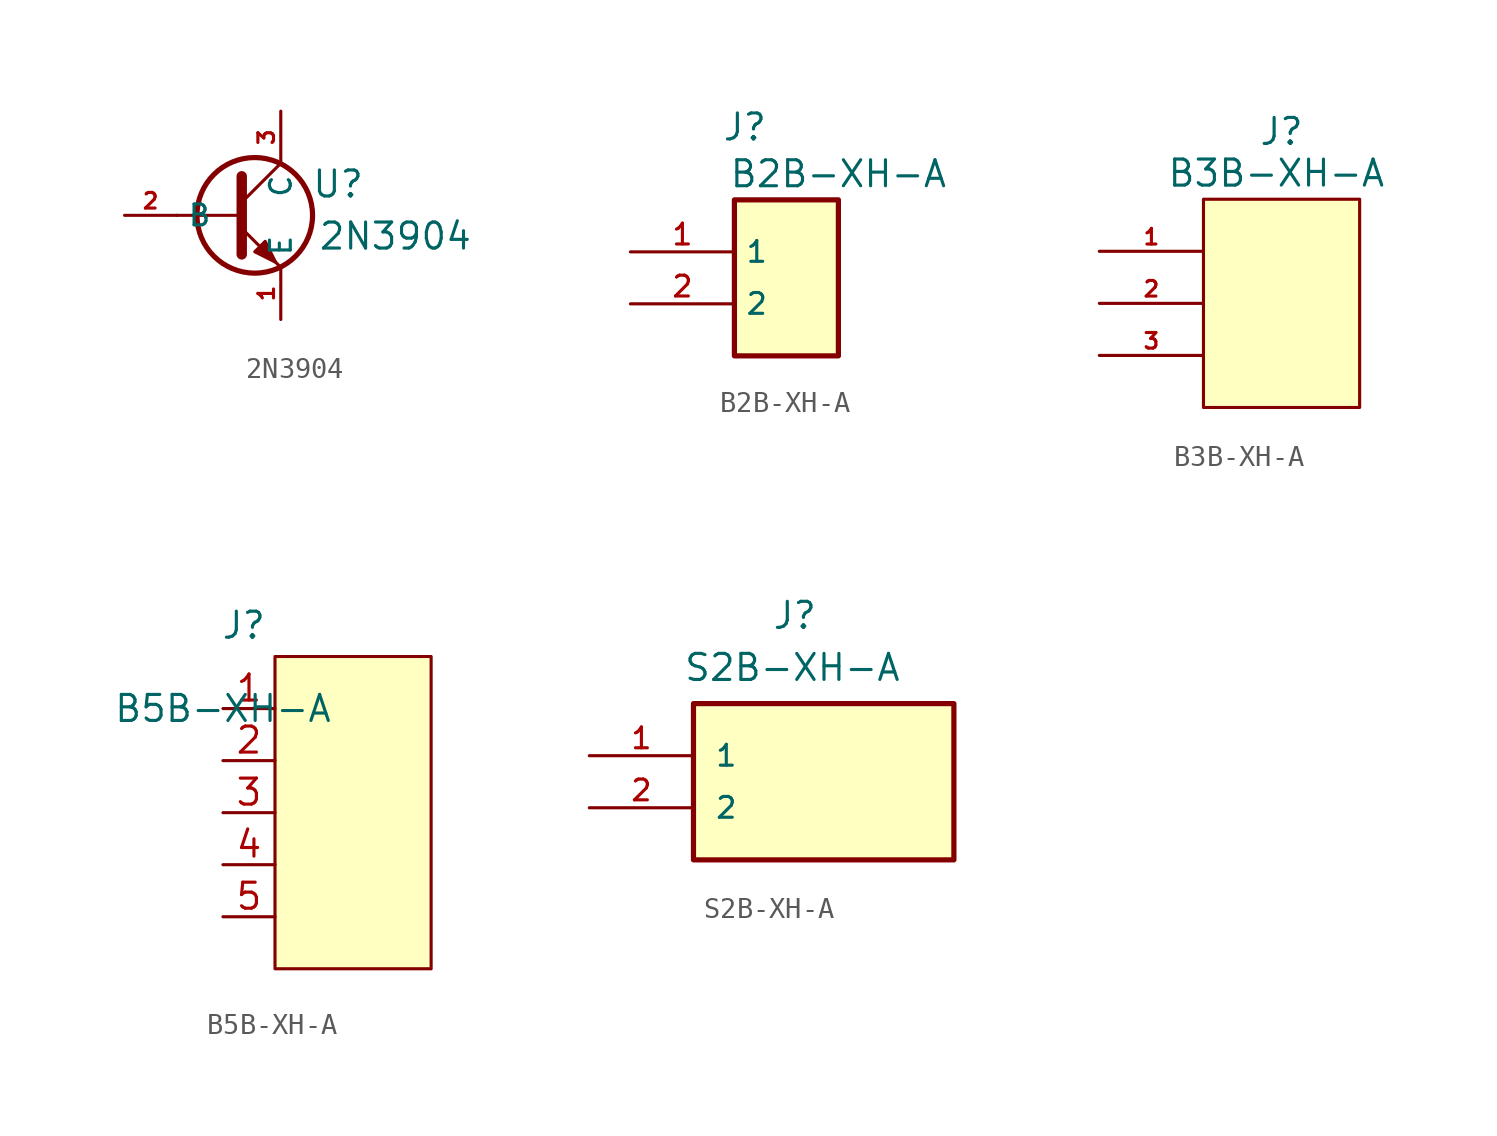
<source format=kicad_sym>
(kicad_symbol_lib
  (version 20241209)
  (generator "kicad_symbol_editor")
  (generator_version "9.0")
  (symbol "2N3904"
    (property "Reference" "U"
      (at 10.414 1.524 0)
      (effects (font (size 1.27 1.27))))
    (property "Value" "2N3904"
      (at 13.208 -1.016 0)
      (effects (font (size 1.27 1.27))))
    (symbol "2N3904_0_1"
      (polyline (pts (xy 5.715 1.905) (xy 5.715 -1.905)) (stroke (width 0.508) (type default)) (fill (type none)))
      (polyline (pts (xy 5.715 0.635) (xy 7.62 2.54)) (stroke (width 0) (type default)) (fill (type none)))
      (polyline (pts (xy 5.715 0) (xy 2.54 0)) (stroke (width 0) (type default)) (fill (type none)))
      (polyline (pts (xy 5.715 -0.635) (xy 7.62 -2.54)) (stroke (width 0) (type default)) (fill (type none)))
      (circle (center 6.35 0) (radius 2.819) (stroke (width 0.254) (type default)) (fill (type none))))
    (symbol "2N3904_1_1"
      (polyline (pts (xy 6.35 -1.778) (xy 6.858 -1.27) (xy 7.366 -2.286) (xy 6.35 -1.778)) (stroke (width 0) (type default)) (fill (type outline)))
      (pin input line (at 0 0 0) (length 2.54) (name "B" (effects (font (size 1.016 1.016)))) (number "2" (effects (font (size 0.762 0.762)))))
      (pin passive line (at 7.62 5.08 270) (length 2.54) (name "C" (effects (font (size 1.016 1.016)))) (number "3" (effects (font (size 0.762 0.762)))))
      (pin passive line (at 7.62 -5.08 90) (length 2.54) (name "E" (effects (font (size 1.016 1.016)))) (number "1" (effects (font (size 0.762 0.762)))))))
  (symbol "B2B-XH-A"
    (property "Reference" "J"
      (at 5.588 6.096 0)
      (effects (font (size 1.27 1.27))))
    (property "Value" "B2B-XH-A"
      (at 10.16 3.81 0)
      (effects (font (size 1.27 1.27))))
    (symbol "B2B-XH-A_0_0"
      (rectangle (start 5.08 2.54) (end 10.16 -5.08) (stroke (width 0.254) (type default)) (fill (type background)))
      (pin passive line (at 0 -2.54 0) (length 5.08) (name "2" (effects (font (size 1.016 1.016)))) (number "2" (effects (font (size 1.016 1.016))))))
    (symbol "B2B-XH-A_1_0"
      (pin passive line (at 0 0 0) (length 5.08) (name "1" (effects (font (size 1.016 1.016)))) (number "1" (effects (font (size 1.016 1.016)))))))
  (symbol "B3B-XH-A"
    (property "Reference" "J"
      (at 8.89 5.842 0)
      (effects (font (size 1.27 1.27))))
    (property "Value" "B3B-XH-A"
      (at 8.636 3.81 0)
      (effects (font (size 1.27 1.27))))
    (symbol "B3B-XH-A_1_1"
      (rectangle (start 5.08 2.54) (end 12.7 -7.62) (stroke (width 0) (type solid)) (fill (type background)))
      (pin unspecified line (at 0 0 0) (length 5.08) (name "" (effects (font (size 1.016 1.016)))) (number "1" (effects (font (size 0.762 0.762)))))
      (pin unspecified line (at 0 -2.54 0) (length 5.08) (name "" (effects (font (size 1.016 1.016)))) (number "2" (effects (font (size 0.762 0.762)))))
      (pin unspecified line (at 0 -5.08 0) (length 5.08) (name "" (effects (font (size 1.016 1.016)))) (number "3" (effects (font (size 0.762 0.762)))))))
  (symbol "B5B-XH-A"
    (property "Reference" "J"
      (at 1.016 4.064 0)
      (effects (font (size 1.27 1.27))))
    (property "Value" "B5B-XH-A"
      (at 0 0 0)
      (effects (font (size 1.27 1.27))))
    (symbol "B5B-XH-A_1_1"
      (rectangle (start 2.54 2.54) (end 10.16 -12.7) (stroke (width 0) (type solid)) (fill (type background)))
      (pin input line (at 0 0 0) (length 2.54) (name "" (effects (font (size 1.27 1.27)))) (number "1" (effects (font (size 1.27 1.27)))))
      (pin input line (at 0 -2.54 0) (length 2.54) (name "" (effects (font (size 1.27 1.27)))) (number "2" (effects (font (size 1.27 1.27)))))
      (pin input line (at 0 -5.08 0) (length 2.54) (name "" (effects (font (size 1.27 1.27)))) (number "3" (effects (font (size 1.27 1.27)))))
      (pin input line (at 0 -7.62 0) (length 2.54) (name "" (effects (font (size 1.27 1.27)))) (number "4" (effects (font (size 1.27 1.27)))))
      (pin input line (at 0 -10.16 0) (length 2.54) (name "" (effects (font (size 1.27 1.27)))) (number "5" (effects (font (size 1.27 1.27)))))))
  (symbol "S2B-XH-A"
    (pin_names
      (offset 1.016))
    (property "Reference" "J"
      (at 8.89 6.096 0)
      (effects (font (size 1.27 1.27)) (justify left bottom)))
    (property "Value" "S2B-XH-A"
      (at 4.572 3.556 0)
      (effects (font (size 1.27 1.27)) (justify left bottom)))
    (symbol "S2B-XH-A_0_0"
      (rectangle (start 5.08 2.54) (end 17.78 -5.08) (stroke (width 0.254) (type default)) (fill (type background)))
      (pin passive line (at 0 -2.54 0) (length 5.08) (name "2" (effects (font (size 1.016 1.016)))) (number "2" (effects (font (size 1.016 1.016))))))
    (symbol "S2B-XH-A_1_0"
      (pin passive line (at 0 0 0) (length 5.08) (name "1" (effects (font (size 1.016 1.016)))) (number "1" (effects (font (size 1.016 1.016))))))))
</source>
